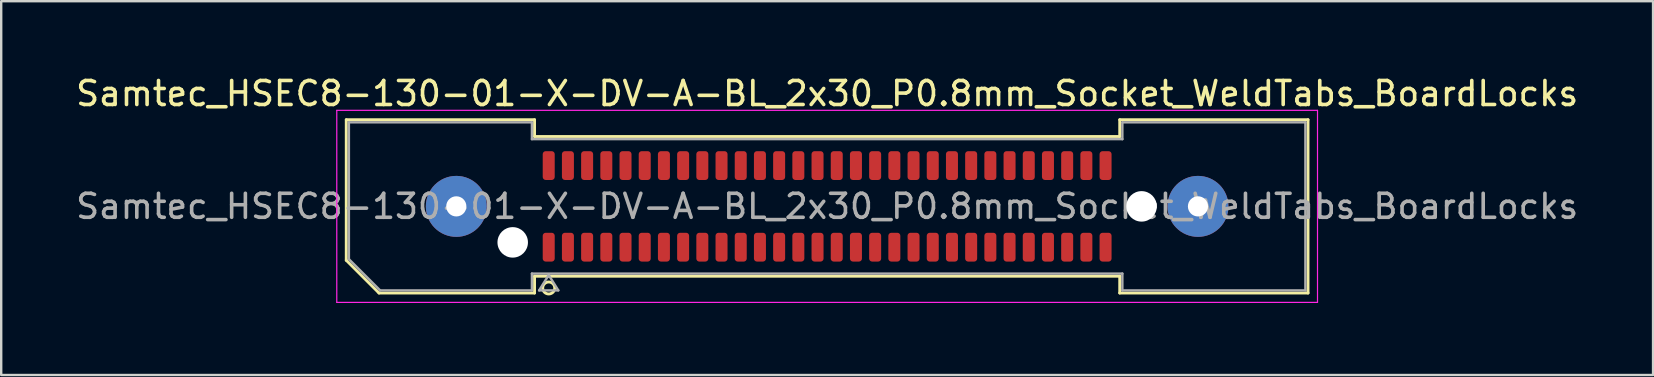
<source format=kicad_pcb>
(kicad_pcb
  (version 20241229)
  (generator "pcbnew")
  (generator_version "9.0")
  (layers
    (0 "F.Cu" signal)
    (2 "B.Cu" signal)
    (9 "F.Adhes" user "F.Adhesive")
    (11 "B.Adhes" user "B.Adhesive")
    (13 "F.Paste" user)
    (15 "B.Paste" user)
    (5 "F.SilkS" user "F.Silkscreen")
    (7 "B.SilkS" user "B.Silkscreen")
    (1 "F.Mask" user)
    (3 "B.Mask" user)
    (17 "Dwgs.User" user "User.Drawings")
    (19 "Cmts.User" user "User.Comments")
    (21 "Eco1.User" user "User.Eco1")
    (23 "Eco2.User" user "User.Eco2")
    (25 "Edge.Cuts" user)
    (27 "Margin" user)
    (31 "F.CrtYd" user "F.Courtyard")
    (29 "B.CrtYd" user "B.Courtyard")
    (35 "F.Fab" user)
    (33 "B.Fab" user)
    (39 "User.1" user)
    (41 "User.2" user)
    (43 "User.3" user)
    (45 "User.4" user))
  (footprint "Samtec_HSEC8-130-01-X-DV-A-BL_2x30_P0.8mm_Socket_WeldTabs_BoardLocks"
    (layer "F.Cu")
    (at 31.411 5.548)
    (property "Reference" "Samtec_HSEC8-130-01-X-DV-A-BL_2x30_P0.8mm_Socket_WeldTabs_BoardLocks" (at 0 -4.7 0) (layer "F.SilkS") (effects (font (size 1 1) (thickness 0.15))))
    (attr smd)
    (fp_line (start -20.035 -3.61) (end -12.19 -3.61) (stroke (width 0.12) (type solid)) (layer "F.SilkS"))
    (fp_line (start -20.035 2.246) (end -20.035 -3.61) (stroke (width 0.12) (type solid)) (layer "F.SilkS"))
    (fp_line (start -18.671 3.61) (end -20.035 2.246) (stroke (width 0.12) (type solid)) (layer "F.SilkS"))
    (fp_line (start -12.19 -3.61) (end -12.19 -2.91) (stroke (width 0.12) (type solid)) (layer "F.SilkS"))
    (fp_line (start -12.19 -2.91) (end 12.19 -2.91) (stroke (width 0.12) (type solid)) (layer "F.SilkS"))
    (fp_line (start -12.19 2.91) (end -12.19 3.61) (stroke (width 0.12) (type solid)) (layer "F.SilkS"))
    (fp_line (start -12.19 3.61) (end -18.671 3.61) (stroke (width 0.12) (type solid)) (layer "F.SilkS"))
    (fp_line (start 12.19 -3.61) (end 20.035 -3.61) (stroke (width 0.12) (type solid)) (layer "F.SilkS"))
    (fp_line (start 12.19 -2.91) (end 12.19 -3.61) (stroke (width 0.12) (type solid)) (layer "F.SilkS"))
    (fp_line (start 12.19 2.91) (end -12.19 2.91) (stroke (width 0.12) (type solid)) (layer "F.SilkS"))
    (fp_line (start 12.19 3.61) (end 12.19 2.91) (stroke (width 0.12) (type solid)) (layer "F.SilkS"))
    (fp_line (start 20.035 -3.61) (end 20.035 3.61) (stroke (width 0.12) (type solid)) (layer "F.SilkS"))
    (fp_line (start 20.035 3.61) (end 12.19 3.61) (stroke (width 0.12) (type solid)) (layer "F.SilkS"))
    (fp_circle (center -11.6 3.4) (end -11.35 3.4) (stroke (width 0.12) (type solid)) (fill no) (layer "F.SilkS"))
    (fp_line (start -20.43 -4) (end -20.43 4) (stroke (width 0.05) (type solid)) (layer "F.CrtYd"))
    (fp_line (start -20.43 4) (end 20.43 4) (stroke (width 0.05) (type solid)) (layer "F.CrtYd"))
    (fp_line (start 20.43 -4) (end -20.43 -4) (stroke (width 0.05) (type solid)) (layer "F.CrtYd"))
    (fp_line (start 20.43 4) (end 20.43 -4) (stroke (width 0.05) (type solid)) (layer "F.CrtYd"))
    (fp_line (start -19.925 -3.5) (end -12.3 -3.5) (stroke (width 0.1) (type solid)) (layer "F.Fab"))
    (fp_line (start -19.925 2.2) (end -19.925 -3.5) (stroke (width 0.1) (type solid)) (layer "F.Fab"))
    (fp_line (start -18.625 3.5) (end -19.925 2.2) (stroke (width 0.1) (type solid)) (layer "F.Fab"))
    (fp_line (start -12.3 -3.5) (end -12.3 -2.8) (stroke (width 0.1) (type solid)) (layer "F.Fab"))
    (fp_line (start -12.3 -2.8) (end 12.3 -2.8) (stroke (width 0.1) (type solid)) (layer "F.Fab"))
    (fp_line (start -12.3 2.8) (end -12.3 3.5) (stroke (width 0.1) (type solid)) (layer "F.Fab"))
    (fp_line (start -12.3 3.5) (end -18.625 3.5) (stroke (width 0.1) (type solid)) (layer "F.Fab"))
    (fp_line (start -12 3.5) (end -11.6 2.86) (stroke (width 0.1) (type solid)) (layer "F.Fab"))
    (fp_line (start -11.6 2.86) (end -11.2 3.5) (stroke (width 0.1) (type solid)) (layer "F.Fab"))
    (fp_line (start -11.2 3.5) (end -12 3.5) (stroke (width 0.1) (type solid)) (layer "F.Fab"))
    (fp_line (start 12.3 -3.5) (end 19.925 -3.5) (stroke (width 0.1) (type solid)) (layer "F.Fab"))
    (fp_line (start 12.3 -2.8) (end 12.3 -3.5) (stroke (width 0.1) (type solid)) (layer "F.Fab"))
    (fp_line (start 12.3 2.8) (end -12.3 2.8) (stroke (width 0.1) (type solid)) (layer "F.Fab"))
    (fp_line (start 12.3 3.5) (end 12.3 2.8) (stroke (width 0.1) (type solid)) (layer "F.Fab"))
    (fp_line (start 19.925 -3.5) (end 19.925 3.5) (stroke (width 0.1) (type solid)) (layer "F.Fab"))
    (fp_line (start 19.925 3.5) (end 12.3 3.5) (stroke (width 0.1) (type solid)) (layer "F.Fab"))
    (fp_text user "${REFERENCE}" (at 0 0 0) (layer "F.Fab") (effects (font (size 1 1) (thickness 0.15))))
    (pad "" thru_hole circle (at -15.45 0) (size 2.54 2.54) (drill 0.84) (layers "*.Cu" "*.Mask" "F.Paste"))
    (pad "" np_thru_hole circle (at -13.1 1.5) (size 1.27 1.27) (drill 1.27) (layers "*.Cu" "*.Mask"))
    (pad "" np_thru_hole circle (at 13.1 0) (size 1.27 1.27) (drill 1.27) (layers "*.Cu" "*.Mask"))
    (pad "" thru_hole circle (at 15.45 0) (size 2.54 2.54) (drill 0.84) (layers "*.Cu" "*.Mask" "F.Paste"))
    (pad "1" smd roundrect (at -11.6 1.7) (size 0.5 1.2) (layers "F.Cu" "F.Mask" "F.Paste") (roundrect_rratio 0.25))
    (pad "2" smd roundrect (at -11.6 -1.7) (size 0.5 1.2) (layers "F.Cu" "F.Mask" "F.Paste") (roundrect_rratio 0.25))
    (pad "3" smd roundrect (at -10.8 1.7) (size 0.5 1.2) (layers "F.Cu" "F.Mask" "F.Paste") (roundrect_rratio 0.25))
    (pad "4" smd roundrect (at -10.8 -1.7) (size 0.5 1.2) (layers "F.Cu" "F.Mask" "F.Paste") (roundrect_rratio 0.25))
    (pad "5" smd roundrect (at -10 1.7) (size 0.5 1.2) (layers "F.Cu" "F.Mask" "F.Paste") (roundrect_rratio 0.25))
    (pad "6" smd roundrect (at -10 -1.7) (size 0.5 1.2) (layers "F.Cu" "F.Mask" "F.Paste") (roundrect_rratio 0.25))
    (pad "7" smd roundrect (at -9.2 1.7) (size 0.5 1.2) (layers "F.Cu" "F.Mask" "F.Paste") (roundrect_rratio 0.25))
    (pad "8" smd roundrect (at -9.2 -1.7) (size 0.5 1.2) (layers "F.Cu" "F.Mask" "F.Paste") (roundrect_rratio 0.25))
    (pad "9" smd roundrect (at -8.4 1.7) (size 0.5 1.2) (layers "F.Cu" "F.Mask" "F.Paste") (roundrect_rratio 0.25))
    (pad "10" smd roundrect (at -8.4 -1.7) (size 0.5 1.2) (layers "F.Cu" "F.Mask" "F.Paste") (roundrect_rratio 0.25))
    (pad "11" smd roundrect (at -7.6 1.7) (size 0.5 1.2) (layers "F.Cu" "F.Mask" "F.Paste") (roundrect_rratio 0.25))
    (pad "12" smd roundrect (at -7.6 -1.7) (size 0.5 1.2) (layers "F.Cu" "F.Mask" "F.Paste") (roundrect_rratio 0.25))
    (pad "13" smd roundrect (at -6.8 1.7) (size 0.5 1.2) (layers "F.Cu" "F.Mask" "F.Paste") (roundrect_rratio 0.25))
    (pad "14" smd roundrect (at -6.8 -1.7) (size 0.5 1.2) (layers "F.Cu" "F.Mask" "F.Paste") (roundrect_rratio 0.25))
    (pad "15" smd roundrect (at -6 1.7) (size 0.5 1.2) (layers "F.Cu" "F.Mask" "F.Paste") (roundrect_rratio 0.25))
    (pad "16" smd roundrect (at -6 -1.7) (size 0.5 1.2) (layers "F.Cu" "F.Mask" "F.Paste") (roundrect_rratio 0.25))
    (pad "17" smd roundrect (at -5.2 1.7) (size 0.5 1.2) (layers "F.Cu" "F.Mask" "F.Paste") (roundrect_rratio 0.25))
    (pad "18" smd roundrect (at -5.2 -1.7) (size 0.5 1.2) (layers "F.Cu" "F.Mask" "F.Paste") (roundrect_rratio 0.25))
    (pad "19" smd roundrect (at -4.4 1.7) (size 0.5 1.2) (layers "F.Cu" "F.Mask" "F.Paste") (roundrect_rratio 0.25))
    (pad "20" smd roundrect (at -4.4 -1.7) (size 0.5 1.2) (layers "F.Cu" "F.Mask" "F.Paste") (roundrect_rratio 0.25))
    (pad "21" smd roundrect (at -3.6 1.7) (size 0.5 1.2) (layers "F.Cu" "F.Mask" "F.Paste") (roundrect_rratio 0.25))
    (pad "22" smd roundrect (at -3.6 -1.7) (size 0.5 1.2) (layers "F.Cu" "F.Mask" "F.Paste") (roundrect_rratio 0.25))
    (pad "23" smd roundrect (at -2.8 1.7) (size 0.5 1.2) (layers "F.Cu" "F.Mask" "F.Paste") (roundrect_rratio 0.25))
    (pad "24" smd roundrect (at -2.8 -1.7) (size 0.5 1.2) (layers "F.Cu" "F.Mask" "F.Paste") (roundrect_rratio 0.25))
    (pad "25" smd roundrect (at -2 1.7) (size 0.5 1.2) (layers "F.Cu" "F.Mask" "F.Paste") (roundrect_rratio 0.25))
    (pad "26" smd roundrect (at -2 -1.7) (size 0.5 1.2) (layers "F.Cu" "F.Mask" "F.Paste") (roundrect_rratio 0.25))
    (pad "27" smd roundrect (at -1.2 1.7) (size 0.5 1.2) (layers "F.Cu" "F.Mask" "F.Paste") (roundrect_rratio 0.25))
    (pad "28" smd roundrect (at -1.2 -1.7) (size 0.5 1.2) (layers "F.Cu" "F.Mask" "F.Paste") (roundrect_rratio 0.25))
    (pad "29" smd roundrect (at -0.4 1.7) (size 0.5 1.2) (layers "F.Cu" "F.Mask" "F.Paste") (roundrect_rratio 0.25))
    (pad "30" smd roundrect (at -0.4 -1.7) (size 0.5 1.2) (layers "F.Cu" "F.Mask" "F.Paste") (roundrect_rratio 0.25))
    (pad "31" smd roundrect (at 0.4 1.7) (size 0.5 1.2) (layers "F.Cu" "F.Mask" "F.Paste") (roundrect_rratio 0.25))
    (pad "32" smd roundrect (at 0.4 -1.7) (size 0.5 1.2) (layers "F.Cu" "F.Mask" "F.Paste") (roundrect_rratio 0.25))
    (pad "33" smd roundrect (at 1.2 1.7) (size 0.5 1.2) (layers "F.Cu" "F.Mask" "F.Paste") (roundrect_rratio 0.25))
    (pad "34" smd roundrect (at 1.2 -1.7) (size 0.5 1.2) (layers "F.Cu" "F.Mask" "F.Paste") (roundrect_rratio 0.25))
    (pad "35" smd roundrect (at 2 1.7) (size 0.5 1.2) (layers "F.Cu" "F.Mask" "F.Paste") (roundrect_rratio 0.25))
    (pad "36" smd roundrect (at 2 -1.7) (size 0.5 1.2) (layers "F.Cu" "F.Mask" "F.Paste") (roundrect_rratio 0.25))
    (pad "37" smd roundrect (at 2.8 1.7) (size 0.5 1.2) (layers "F.Cu" "F.Mask" "F.Paste") (roundrect_rratio 0.25))
    (pad "38" smd roundrect (at 2.8 -1.7) (size 0.5 1.2) (layers "F.Cu" "F.Mask" "F.Paste") (roundrect_rratio 0.25))
    (pad "39" smd roundrect (at 3.6 1.7) (size 0.5 1.2) (layers "F.Cu" "F.Mask" "F.Paste") (roundrect_rratio 0.25))
    (pad "40" smd roundrect (at 3.6 -1.7) (size 0.5 1.2) (layers "F.Cu" "F.Mask" "F.Paste") (roundrect_rratio 0.25))
    (pad "41" smd roundrect (at 4.4 1.7) (size 0.5 1.2) (layers "F.Cu" "F.Mask" "F.Paste") (roundrect_rratio 0.25))
    (pad "42" smd roundrect (at 4.4 -1.7) (size 0.5 1.2) (layers "F.Cu" "F.Mask" "F.Paste") (roundrect_rratio 0.25))
    (pad "43" smd roundrect (at 5.2 1.7) (size 0.5 1.2) (layers "F.Cu" "F.Mask" "F.Paste") (roundrect_rratio 0.25))
    (pad "44" smd roundrect (at 5.2 -1.7) (size 0.5 1.2) (layers "F.Cu" "F.Mask" "F.Paste") (roundrect_rratio 0.25))
    (pad "45" smd roundrect (at 6 1.7) (size 0.5 1.2) (layers "F.Cu" "F.Mask" "F.Paste") (roundrect_rratio 0.25))
    (pad "46" smd roundrect (at 6 -1.7) (size 0.5 1.2) (layers "F.Cu" "F.Mask" "F.Paste") (roundrect_rratio 0.25))
    (pad "47" smd roundrect (at 6.8 1.7) (size 0.5 1.2) (layers "F.Cu" "F.Mask" "F.Paste") (roundrect_rratio 0.25))
    (pad "48" smd roundrect (at 6.8 -1.7) (size 0.5 1.2) (layers "F.Cu" "F.Mask" "F.Paste") (roundrect_rratio 0.25))
    (pad "49" smd roundrect (at 7.6 1.7) (size 0.5 1.2) (layers "F.Cu" "F.Mask" "F.Paste") (roundrect_rratio 0.25))
    (pad "50" smd roundrect (at 7.6 -1.7) (size 0.5 1.2) (layers "F.Cu" "F.Mask" "F.Paste") (roundrect_rratio 0.25))
    (pad "51" smd roundrect (at 8.4 1.7) (size 0.5 1.2) (layers "F.Cu" "F.Mask" "F.Paste") (roundrect_rratio 0.25))
    (pad "52" smd roundrect (at 8.4 -1.7) (size 0.5 1.2) (layers "F.Cu" "F.Mask" "F.Paste") (roundrect_rratio 0.25))
    (pad "53" smd roundrect (at 9.2 1.7) (size 0.5 1.2) (layers "F.Cu" "F.Mask" "F.Paste") (roundrect_rratio 0.25))
    (pad "54" smd roundrect (at 9.2 -1.7) (size 0.5 1.2) (layers "F.Cu" "F.Mask" "F.Paste") (roundrect_rratio 0.25))
    (pad "55" smd roundrect (at 10 1.7) (size 0.5 1.2) (layers "F.Cu" "F.Mask" "F.Paste") (roundrect_rratio 0.25))
    (pad "56" smd roundrect (at 10 -1.7) (size 0.5 1.2) (layers "F.Cu" "F.Mask" "F.Paste") (roundrect_rratio 0.25))
    (pad "57" smd roundrect (at 10.8 1.7) (size 0.5 1.2) (layers "F.Cu" "F.Mask" "F.Paste") (roundrect_rratio 0.25))
    (pad "58" smd roundrect (at 10.8 -1.7) (size 0.5 1.2) (layers "F.Cu" "F.Mask" "F.Paste") (roundrect_rratio 0.25))
    (pad "59" smd roundrect (at 11.6 1.7) (size 0.5 1.2) (layers "F.Cu" "F.Mask" "F.Paste") (roundrect_rratio 0.25))
    (pad "60" smd roundrect (at 11.6 -1.7) (size 0.5 1.2) (layers "F.Cu" "F.Mask" "F.Paste") (roundrect_rratio 0.25)))
  (gr_rect
    (start -3 -3)
    (end 65.821 12.573)
    (stroke (width 0.1) (type default))
    (fill no)
    (layer "Edge.Cuts")))
</source>
